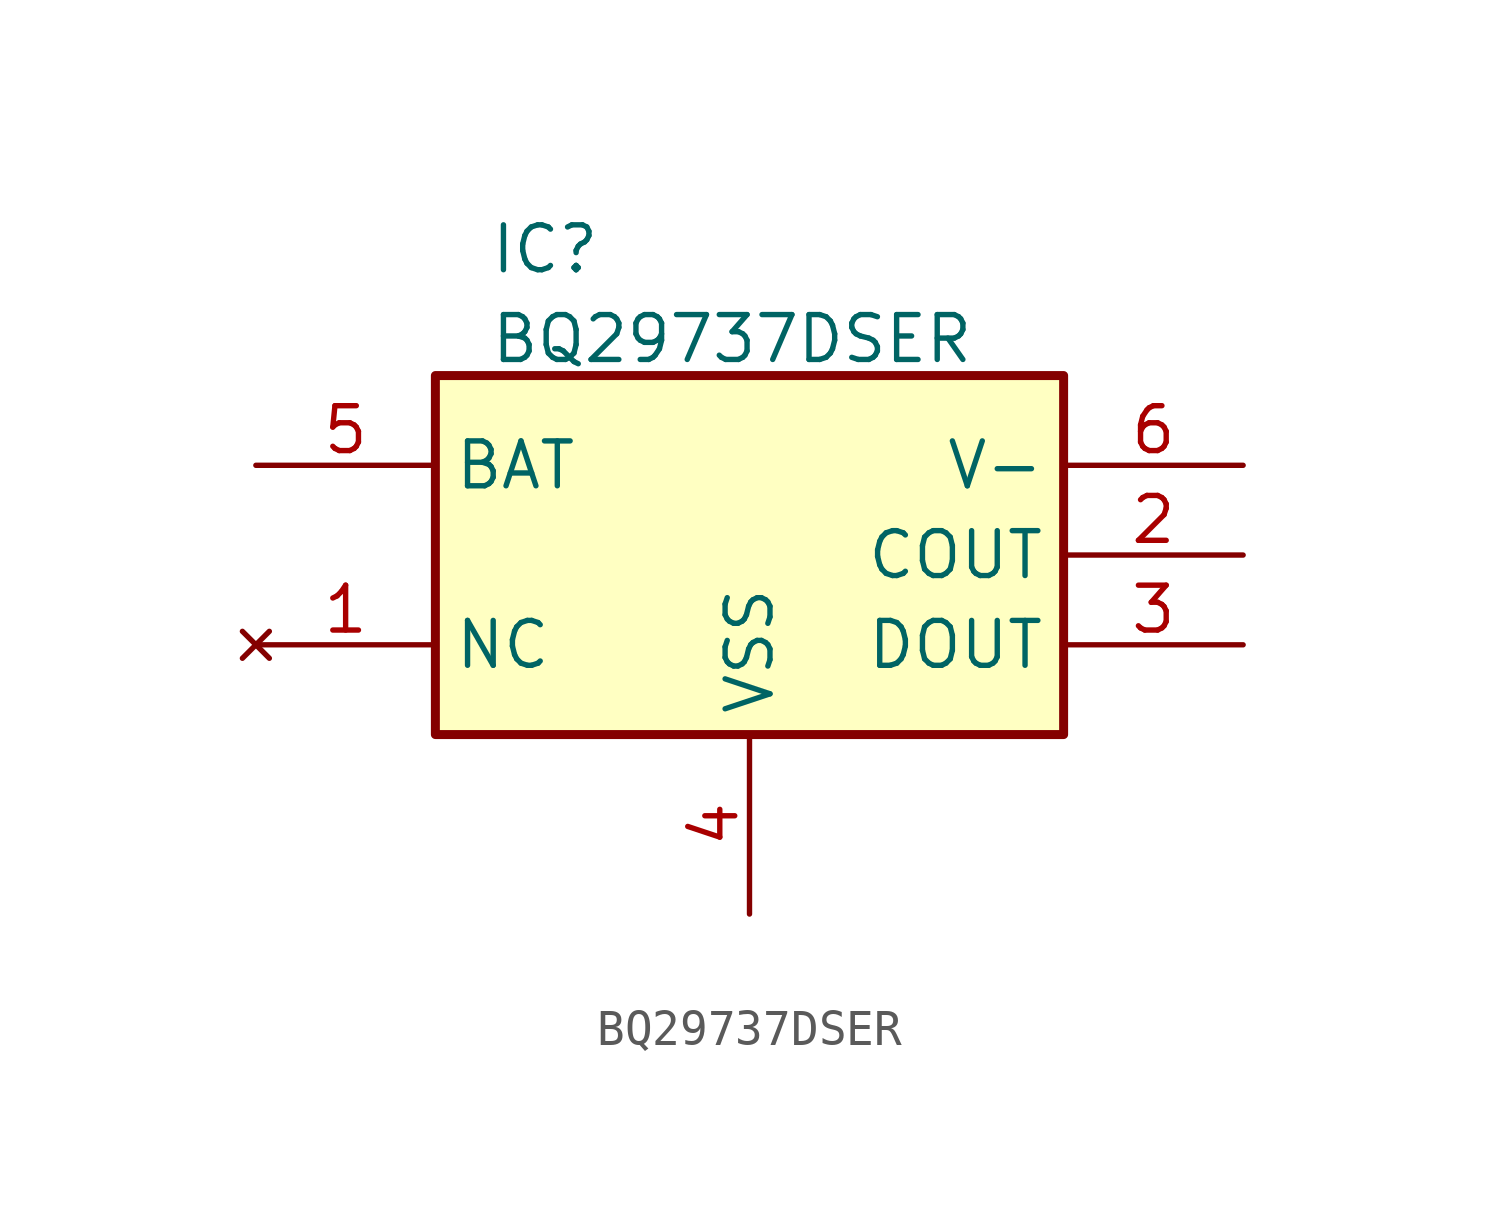
<source format=kicad_sym>
(kicad_symbol_lib
  (version 20241209)
  (generator "kicad_symbol_editor")
  (generator_version "9.0")
  (symbol "BQ29737DSER"
    (property "Reference" "IC"
      (at 1.524 4.318 0)
      (effects (font (size 1.27 1.27)) (justify left top)))
    (property "Value" "BQ29737DSER"
      (at 1.524 1.778 0)
      (effects (font (size 1.27 1.27)) (justify left top)))
    (symbol "BQ29737DSER_1_1"
      (rectangle (start 0 0) (end 17.78 -10.16) (stroke (width 0.254) (type default)) (fill (type background)))
      (pin passive line (at -5.08 -2.54 0) (length 5.08) (name "BAT" (effects (font (size 1.27 1.27)))) (number "5" (effects (font (size 1.27 1.27)))))
      (pin no_connect line (at -5.08 -7.62 0) (length 5.08) (name "NC" (effects (font (size 1.27 1.27)))) (number "1" (effects (font (size 1.27 1.27)))))
      (pin passive line (at 8.89 -15.24 90) (length 5.08) (name "VSS" (effects (font (size 1.27 1.27)))) (number "4" (effects (font (size 1.27 1.27)))))
      (pin passive line (at 22.86 -2.54 180) (length 5.08) (name "V-" (effects (font (size 1.27 1.27)))) (number "6" (effects (font (size 1.27 1.27)))))
      (pin passive line (at 22.86 -5.08 180) (length 5.08) (name "COUT" (effects (font (size 1.27 1.27)))) (number "2" (effects (font (size 1.27 1.27)))))
      (pin passive line (at 22.86 -7.62 180) (length 5.08) (name "DOUT" (effects (font (size 1.27 1.27)))) (number "3" (effects (font (size 1.27 1.27))))))))
</source>
